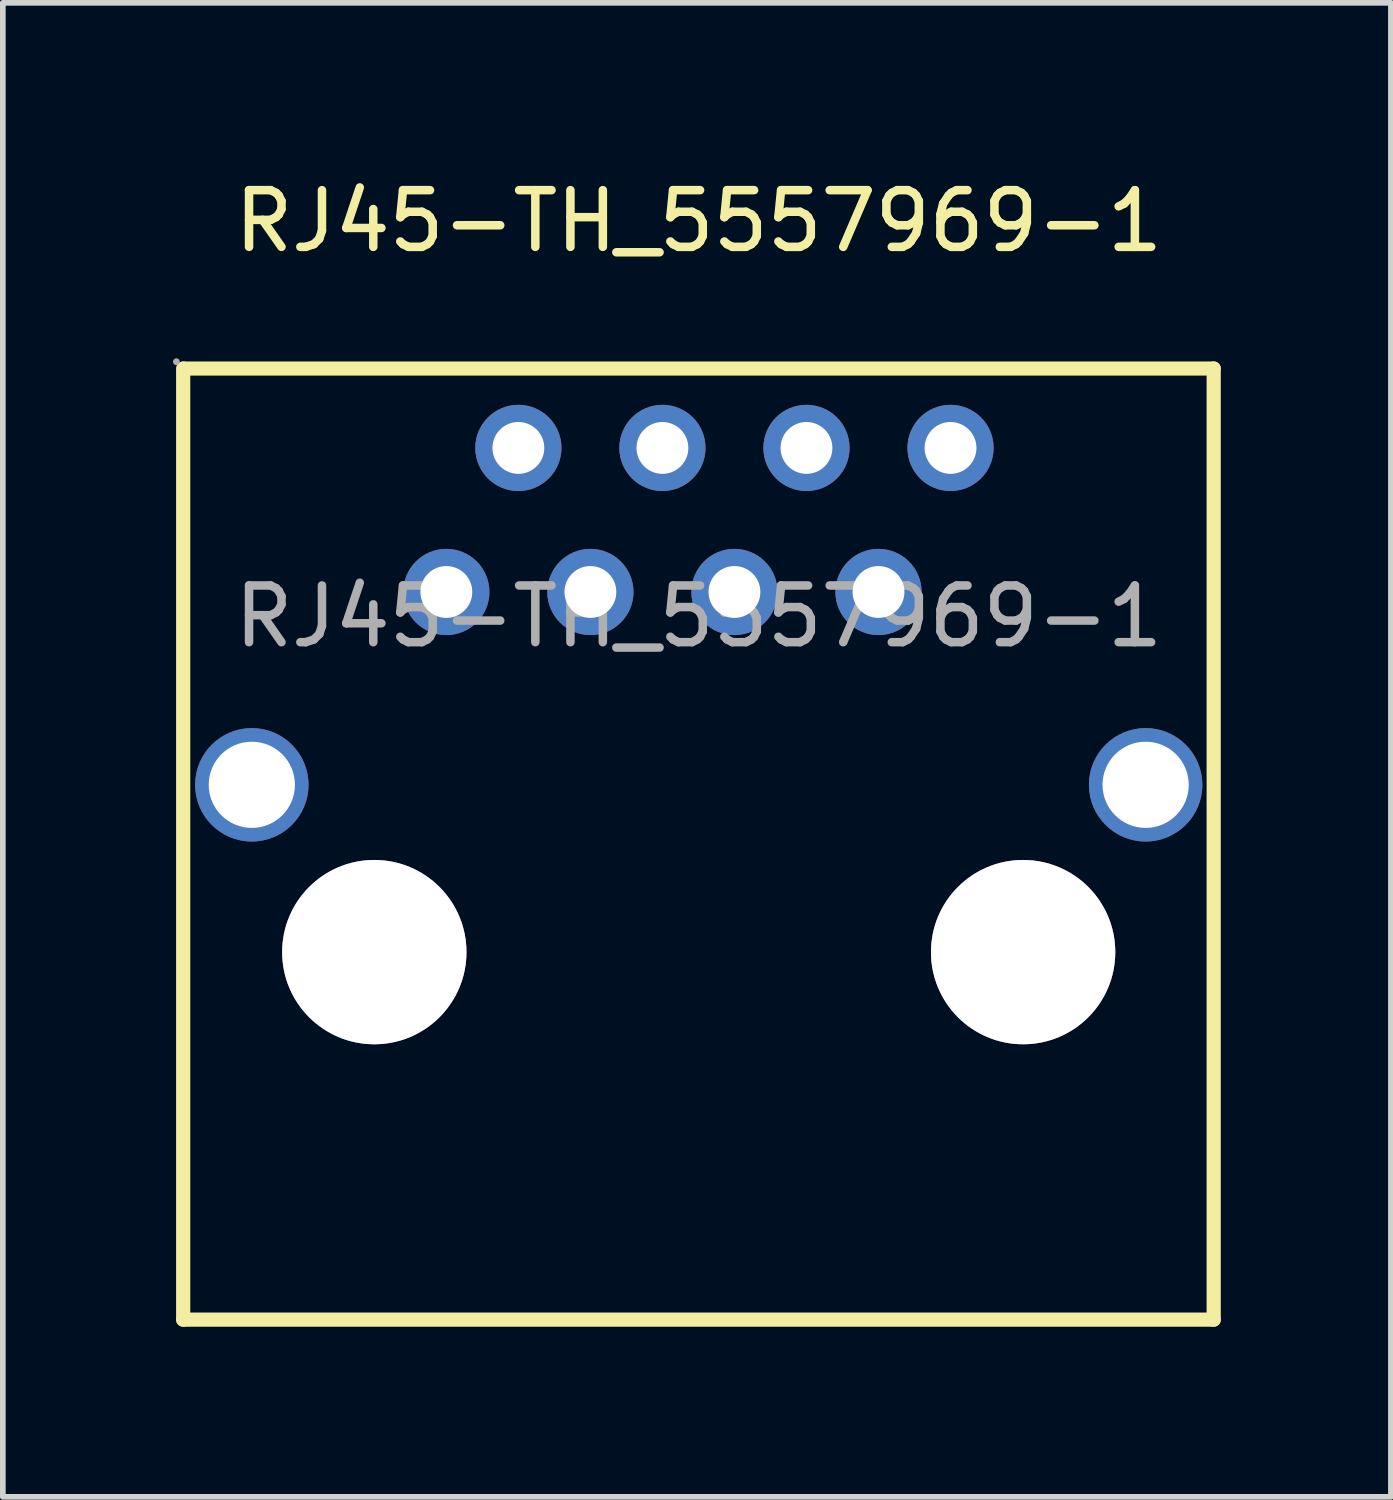
<source format=kicad_pcb>
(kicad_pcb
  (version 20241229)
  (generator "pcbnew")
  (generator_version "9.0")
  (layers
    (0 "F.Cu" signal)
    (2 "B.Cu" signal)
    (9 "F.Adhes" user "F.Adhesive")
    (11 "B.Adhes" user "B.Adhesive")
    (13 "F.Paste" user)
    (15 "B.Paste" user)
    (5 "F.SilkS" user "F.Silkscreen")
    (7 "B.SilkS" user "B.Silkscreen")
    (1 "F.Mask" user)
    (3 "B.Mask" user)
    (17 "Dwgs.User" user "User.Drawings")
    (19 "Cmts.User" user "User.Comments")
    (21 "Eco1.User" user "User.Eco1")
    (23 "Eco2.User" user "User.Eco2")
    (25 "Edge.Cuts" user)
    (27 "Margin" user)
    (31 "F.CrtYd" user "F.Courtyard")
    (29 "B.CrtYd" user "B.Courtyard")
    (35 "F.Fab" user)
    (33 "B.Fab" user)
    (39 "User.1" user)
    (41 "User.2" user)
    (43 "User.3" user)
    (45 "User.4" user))
  (footprint "RJ45-TH_5557969-1"
    (layer "F.Cu")
    (at 9.27 7.818)
    (property "Reference" "RJ45-TH_5557969-1" (at 0 -6.97 0) (layer "F.SilkS") (effects (font (size 1 1) (thickness 0.15))))
    (attr smd)
    (fp_line (start -9.09 -4.37) (end -9.09 12.4) (stroke (width 0.25) (type solid)) (layer "F.SilkS"))
    (fp_line (start -9.08 -4.37) (end 9.08 -4.37) (stroke (width 0.25) (type solid)) (layer "F.SilkS"))
    (fp_line (start 9.08 -4.37) (end 9.08 12.4) (stroke (width 0.25) (type solid)) (layer "F.SilkS"))
    (fp_line (start 9.08 12.4) (end -9.09 12.4) (stroke (width 0.25) (type solid)) (layer "F.SilkS"))
    (fp_circle (center -9.21 -4.49) (end -9.18 -4.49) (stroke (width 0.06) (type solid)) (fill no) (layer "F.Fab"))
    (fp_circle (center -7.88 2.97) (end -7.55 2.97) (stroke (width 0.66) (type solid)) (fill no) (layer "F.Fab"))
    (fp_circle (center -5.72 5.92) (end -4.96 5.92) (stroke (width 1.52) (type solid)) (fill no) (layer "F.Fab"))
    (fp_circle (center -4.45 -0.43) (end -4.27 -0.43) (stroke (width 0.36) (type solid)) (fill no) (layer "F.Fab"))
    (fp_circle (center -3.18 -2.97) (end -3 -2.97) (stroke (width 0.36) (type solid)) (fill no) (layer "F.Fab"))
    (fp_circle (center -1.91 -0.43) (end -1.73 -0.43) (stroke (width 0.36) (type solid)) (fill no) (layer "F.Fab"))
    (fp_circle (center -0.64 -2.97) (end -0.46 -2.97) (stroke (width 0.36) (type solid)) (fill no) (layer "F.Fab"))
    (fp_circle (center 0.63 -0.43) (end 0.81 -0.43) (stroke (width 0.36) (type solid)) (fill no) (layer "F.Fab"))
    (fp_circle (center 1.9 -2.97) (end 2.08 -2.97) (stroke (width 0.36) (type solid)) (fill no) (layer "F.Fab"))
    (fp_circle (center 3.17 -0.43) (end 3.35 -0.43) (stroke (width 0.36) (type solid)) (fill no) (layer "F.Fab"))
    (fp_circle (center 4.44 -2.97) (end 4.62 -2.97) (stroke (width 0.36) (type solid)) (fill no) (layer "F.Fab"))
    (fp_circle (center 5.72 5.92) (end 6.48 5.92) (stroke (width 1.52) (type solid)) (fill no) (layer "F.Fab"))
    (fp_circle (center 7.88 2.97) (end 8.21 2.97) (stroke (width 0.66) (type solid)) (fill no) (layer "F.Fab"))
    (fp_text user "${REFERENCE}" (at 0 0 0) (layer "F.Fab") (effects (font (size 1 1) (thickness 0.15))))
    (pad "" thru_hole circle (at -5.72 5.92) (size 3.25 3.25) (drill 3.25) (layers "*.Cu" "*.Mask"))
    (pad "" thru_hole circle (at 5.72 5.92) (size 3.25 3.25) (drill 3.25) (layers "*.Cu" "*.Mask"))
    (pad "1" thru_hole circle (at -4.45 -0.43) (size 1.52 1.52) (drill 0.914) (layers "*.Cu" "*.Paste" "*.Mask"))
    (pad "2" thru_hole circle (at -3.18 -2.97) (size 1.52 1.52) (drill 0.914) (layers "*.Cu" "*.Paste" "*.Mask"))
    (pad "3" thru_hole circle (at -1.91 -0.43) (size 1.52 1.52) (drill 0.914) (layers "*.Cu" "*.Paste" "*.Mask"))
    (pad "4" thru_hole circle (at -0.64 -2.97) (size 1.52 1.52) (drill 0.914) (layers "*.Cu" "*.Paste" "*.Mask"))
    (pad "5" thru_hole circle (at 0.63 -0.43) (size 1.52 1.52) (drill 0.914) (layers "*.Cu" "*.Paste" "*.Mask"))
    (pad "6" thru_hole circle (at 1.9 -2.97) (size 1.52 1.52) (drill 0.914) (layers "*.Cu" "*.Paste" "*.Mask"))
    (pad "7" thru_hole circle (at 3.17 -0.43) (size 1.52 1.52) (drill 0.914) (layers "*.Cu" "*.Paste" "*.Mask"))
    (pad "8" thru_hole circle (at 4.44 -2.97) (size 1.52 1.52) (drill 0.914) (layers "*.Cu" "*.Paste" "*.Mask"))
    (pad "9" thru_hole circle (at -7.88 2.97) (size 2 2) (drill 1.52) (layers "*.Cu" "*.Paste" "*.Mask"))
    (pad "10" thru_hole circle (at 7.88 2.97) (size 2 2) (drill 1.52) (layers "*.Cu" "*.Paste" "*.Mask")))
  (gr_rect
    (start -3 -3)
    (end 21.475 23.343)
    (stroke (width 0.1) (type default))
    (fill no)
    (layer "Edge.Cuts")))
</source>
